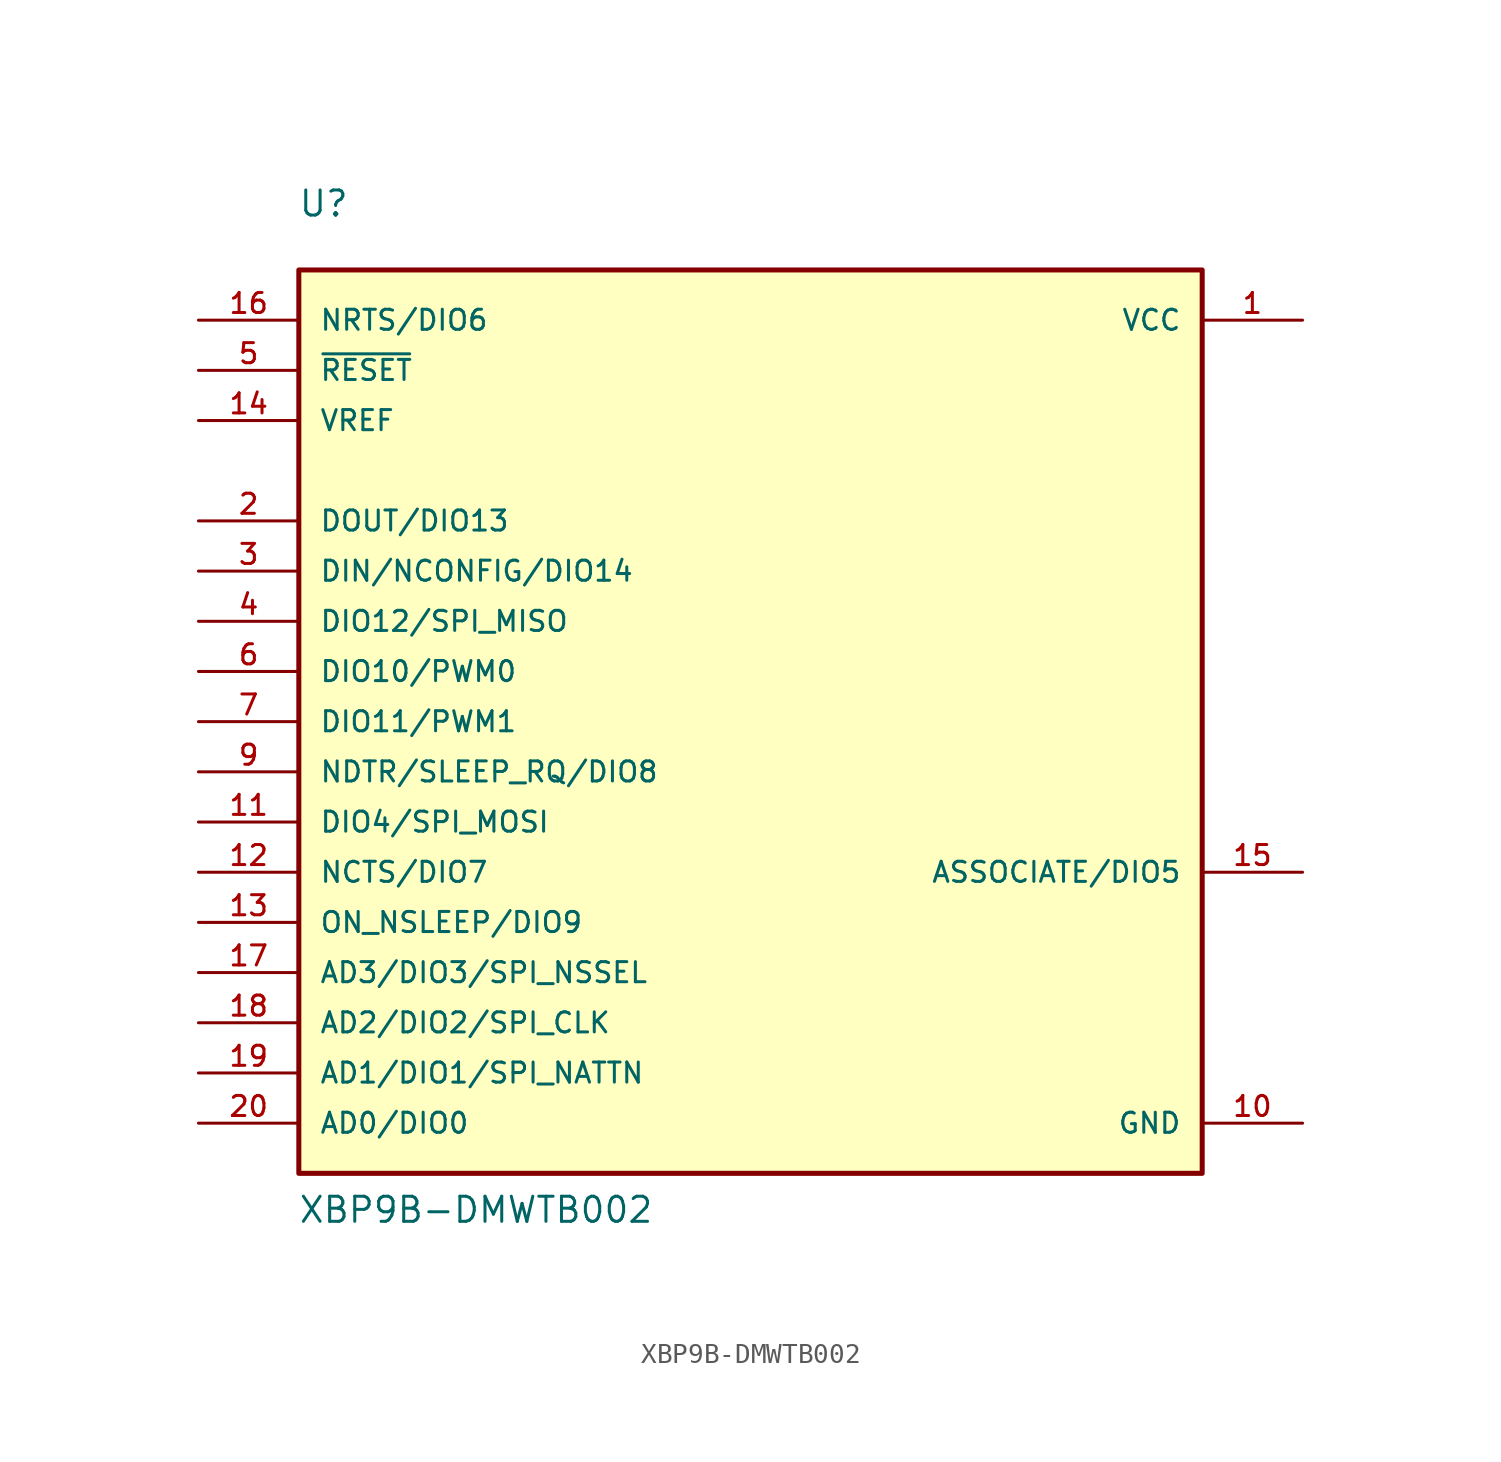
<source format=kicad_sym>
(kicad_symbol_lib
  (version 20211014)
  (generator kicad_symbol_editor)
  (symbol "XBP9B-DMWTB002"
    (pin_names
      (offset 1.016))
    (property "Reference" "U"
      (at -22.911 25.476 0)
      (effects (font (size 1.27 1.27)) (justify left bottom)))
    (property "Value" "XBP9B-DMWTB002"
      (at -22.911 -25.451 0)
      (effects (font (size 1.27 1.27)) (justify left bottom)))
    (symbol "XBP9B-DMWTB002_0_0"
      (rectangle (start -22.86 -22.86) (end 22.86 22.86) (stroke (width 0.254) (type default) (color 0 0 0 0)) (fill (type background)))
      (pin power_in line (at 27.94 20.32 180) (length 5.08) (name "VCC" (effects (font (size 1.016 1.016)))) (number "1" (effects (font (size 1.016 1.016)))))
      (pin power_in line (at 27.94 -20.32 180) (length 5.08) (name "GND" (effects (font (size 1.016 1.016)))) (number "10" (effects (font (size 1.016 1.016)))))
      (pin bidirectional line (at -27.94 -5.08 0) (length 5.08) (name "DIO4/SPI_MOSI" (effects (font (size 1.016 1.016)))) (number "11" (effects (font (size 1.016 1.016)))))
      (pin bidirectional line (at -27.94 -7.62 0) (length 5.08) (name "NCTS/DIO7" (effects (font (size 1.016 1.016)))) (number "12" (effects (font (size 1.016 1.016)))))
      (pin bidirectional line (at -27.94 -10.16 0) (length 5.08) (name "ON_NSLEEP/DIO9" (effects (font (size 1.016 1.016)))) (number "13" (effects (font (size 1.016 1.016)))))
      (pin input line (at -27.94 15.24 0) (length 5.08) (name "VREF" (effects (font (size 1.016 1.016)))) (number "14" (effects (font (size 1.016 1.016)))))
      (pin output line (at 27.94 -7.62 180) (length 5.08) (name "ASSOCIATE/DIO5" (effects (font (size 1.016 1.016)))) (number "15" (effects (font (size 1.016 1.016)))))
      (pin input line (at -27.94 20.32 0) (length 5.08) (name "NRTS/DIO6" (effects (font (size 1.016 1.016)))) (number "16" (effects (font (size 1.016 1.016)))))
      (pin bidirectional line (at -27.94 -12.7 0) (length 5.08) (name "AD3/DIO3/SPI_NSSEL" (effects (font (size 1.016 1.016)))) (number "17" (effects (font (size 1.016 1.016)))))
      (pin bidirectional line (at -27.94 -15.24 0) (length 5.08) (name "AD2/DIO2/SPI_CLK" (effects (font (size 1.016 1.016)))) (number "18" (effects (font (size 1.016 1.016)))))
      (pin bidirectional line (at -27.94 -17.78 0) (length 5.08) (name "AD1/DIO1/SPI_NATTN" (effects (font (size 1.016 1.016)))) (number "19" (effects (font (size 1.016 1.016)))))
      (pin bidirectional line (at -27.94 10.16 0) (length 5.08) (name "DOUT/DIO13" (effects (font (size 1.016 1.016)))) (number "2" (effects (font (size 1.016 1.016)))))
      (pin bidirectional line (at -27.94 -20.32 0) (length 5.08) (name "AD0/DIO0" (effects (font (size 1.016 1.016)))) (number "20" (effects (font (size 1.016 1.016)))))
      (pin bidirectional line (at -27.94 7.62 0) (length 5.08) (name "DIN/NCONFIG/DIO14" (effects (font (size 1.016 1.016)))) (number "3" (effects (font (size 1.016 1.016)))))
      (pin bidirectional line (at -27.94 5.08 0) (length 5.08) (name "DIO12/SPI_MISO" (effects (font (size 1.016 1.016)))) (number "4" (effects (font (size 1.016 1.016)))))
      (pin input line (at -27.94 17.78 0) (length 5.08) (name "~{RESET}" (effects (font (size 1.016 1.016)))) (number "5" (effects (font (size 1.016 1.016)))))
      (pin bidirectional line (at -27.94 2.54 0) (length 5.08) (name "DIO10/PWM0" (effects (font (size 1.016 1.016)))) (number "6" (effects (font (size 1.016 1.016)))))
      (pin bidirectional line (at -27.94 0 0) (length 5.08) (name "DIO11/PWM1" (effects (font (size 1.016 1.016)))) (number "7" (effects (font (size 1.016 1.016)))))
      (pin bidirectional line (at -27.94 -2.54 0) (length 5.08) (name "NDTR/SLEEP_RQ/DIO8" (effects (font (size 1.016 1.016)))) (number "9" (effects (font (size 1.016 1.016))))))))
</source>
